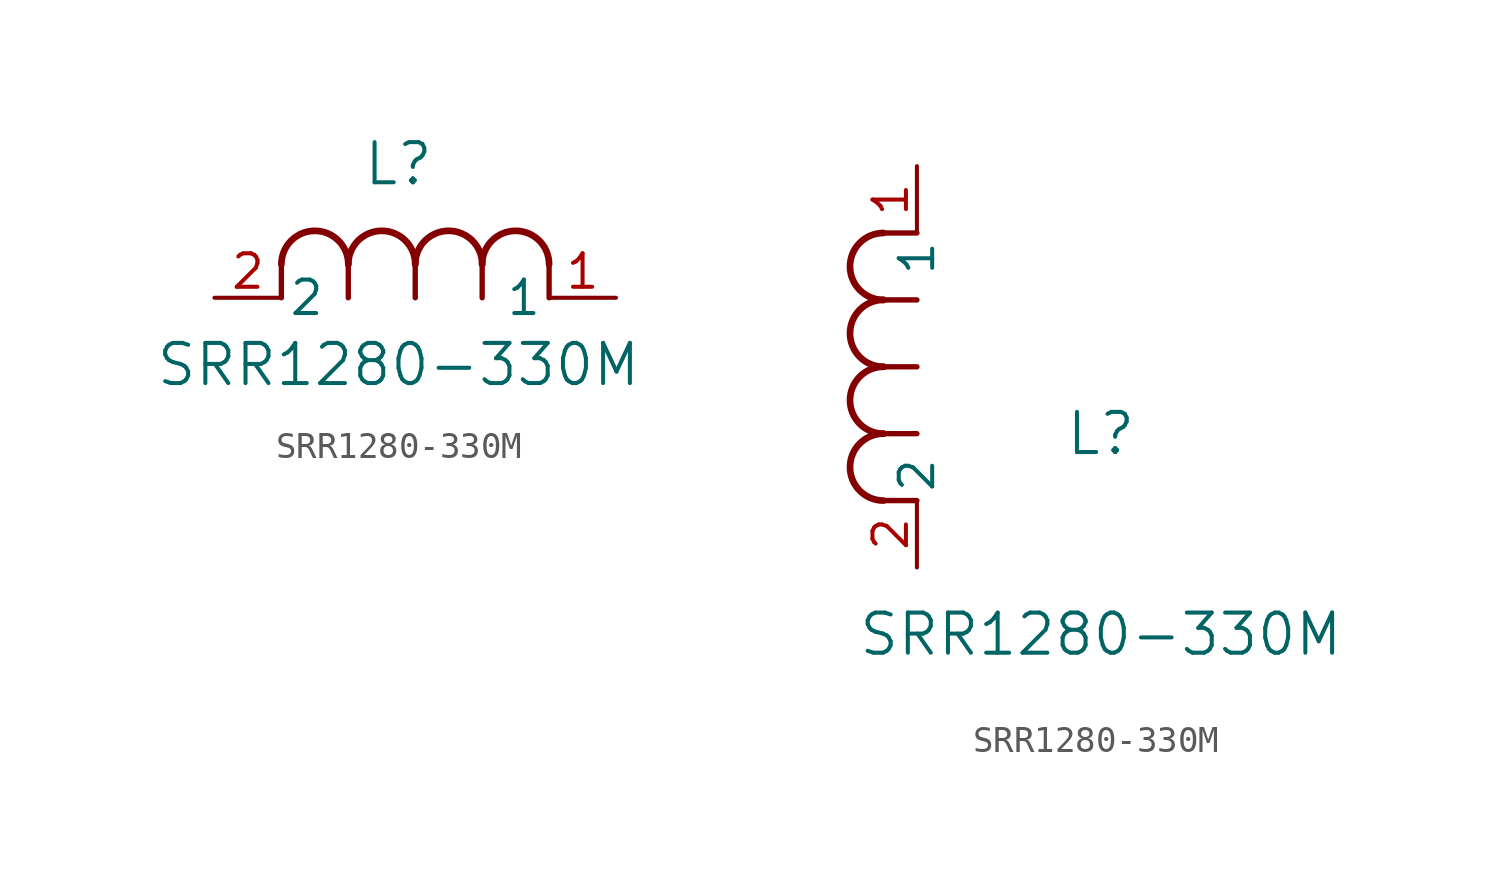
<source format=kicad_sym>
(kicad_symbol_lib
  (version 20211014)
  (generator kicad_symbol_editor)
  (symbol "SRR1280-330M"
    (pin_names
      (offset 0.254))
    (property "Reference" "L"
      (at 6.985 5.08 0)
      (effects (font (size 1.524 1.524))))
    (property "Value" "SRR1280-330M"
      (at 6.985 -2.54 0)
      (effects (font (size 1.524 1.524))))
    (symbol "SRR1280-330M_1_1"
      (arc (start 7.62 1.27) (mid 6.35 2.54) (end 5.08 1.27) (stroke (width 0.254) (type default) (color 0 0 0 0)) (fill (type none)))
      (polyline (pts (xy 5.08 0) (xy 5.08 1.27)) (stroke (width 0.203) (type default) (color 0 0 0 0)) (fill (type none)))
      (polyline (pts (xy 7.62 0) (xy 7.62 1.27)) (stroke (width 0.203) (type default) (color 0 0 0 0)) (fill (type none)))
      (polyline (pts (xy 12.7 0) (xy 12.7 1.27)) (stroke (width 0.203) (type default) (color 0 0 0 0)) (fill (type none)))
      (arc (start 5.08 1.27) (mid 3.81 2.54) (end 2.54 1.27) (stroke (width 0.254) (type default) (color 0 0 0 0)) (fill (type none)))
      (arc (start 10.16 1.27) (mid 8.89 2.54) (end 7.62 1.27) (stroke (width 0.254) (type default) (color 0 0 0 0)) (fill (type none)))
      (arc (start 12.7 1.27) (mid 11.43 2.54) (end 10.16 1.27) (stroke (width 0.254) (type default) (color 0 0 0 0)) (fill (type none)))
      (polyline (pts (xy 2.54 0) (xy 2.54 1.27)) (stroke (width 0.203) (type default) (color 0 0 0 0)) (fill (type none)))
      (polyline (pts (xy 10.16 0) (xy 10.16 1.27)) (stroke (width 0.203) (type default) (color 0 0 0 0)) (fill (type none)))
      (pin unspecified line (at 0 0 0) (length 2.54) (name "2" (effects (font (size 1.27 1.27)))) (number "2" (effects (font (size 1.27 1.27)))))
      (pin unspecified line (at 15.24 0 180) (length 2.54) (name "1" (effects (font (size 1.27 1.27)))) (number "1" (effects (font (size 1.27 1.27))))))
    (symbol "SRR1280-330M_1_2"
      (arc (start -1.27 7.62) (mid -2.54 6.35) (end -1.27 5.08) (stroke (width 0.254) (type default) (color 0 0 0 0)) (fill (type none)))
      (arc (start -1.27 5.08) (mid -2.54 3.81) (end -1.27 2.54) (stroke (width 0.254) (type default) (color 0 0 0 0)) (fill (type none)))
      (arc (start -1.27 12.7) (mid -2.54 11.43) (end -1.27 10.16) (stroke (width 0.254) (type default) (color 0 0 0 0)) (fill (type none)))
      (arc (start -1.27 10.16) (mid -2.54 8.89) (end -1.27 7.62) (stroke (width 0.254) (type default) (color 0 0 0 0)) (fill (type none)))
      (polyline (pts (xy 0 7.62) (xy -1.27 7.62)) (stroke (width 0.203) (type default) (color 0 0 0 0)) (fill (type none)))
      (polyline (pts (xy 0 5.08) (xy -1.27 5.08)) (stroke (width 0.203) (type default) (color 0 0 0 0)) (fill (type none)))
      (polyline (pts (xy 0 12.7) (xy -1.27 12.7)) (stroke (width 0.203) (type default) (color 0 0 0 0)) (fill (type none)))
      (polyline (pts (xy 0 2.54) (xy -1.27 2.54)) (stroke (width 0.203) (type default) (color 0 0 0 0)) (fill (type none)))
      (polyline (pts (xy 0 10.16) (xy -1.27 10.16)) (stroke (width 0.203) (type default) (color 0 0 0 0)) (fill (type none)))
      (pin unspecified line (at 0 0 90) (length 2.54) (name "2" (effects (font (size 1.27 1.27)))) (number "2" (effects (font (size 1.27 1.27)))))
      (pin unspecified line (at 0 15.24 270) (length 2.54) (name "1" (effects (font (size 1.27 1.27)))) (number "1" (effects (font (size 1.27 1.27))))))))
</source>
